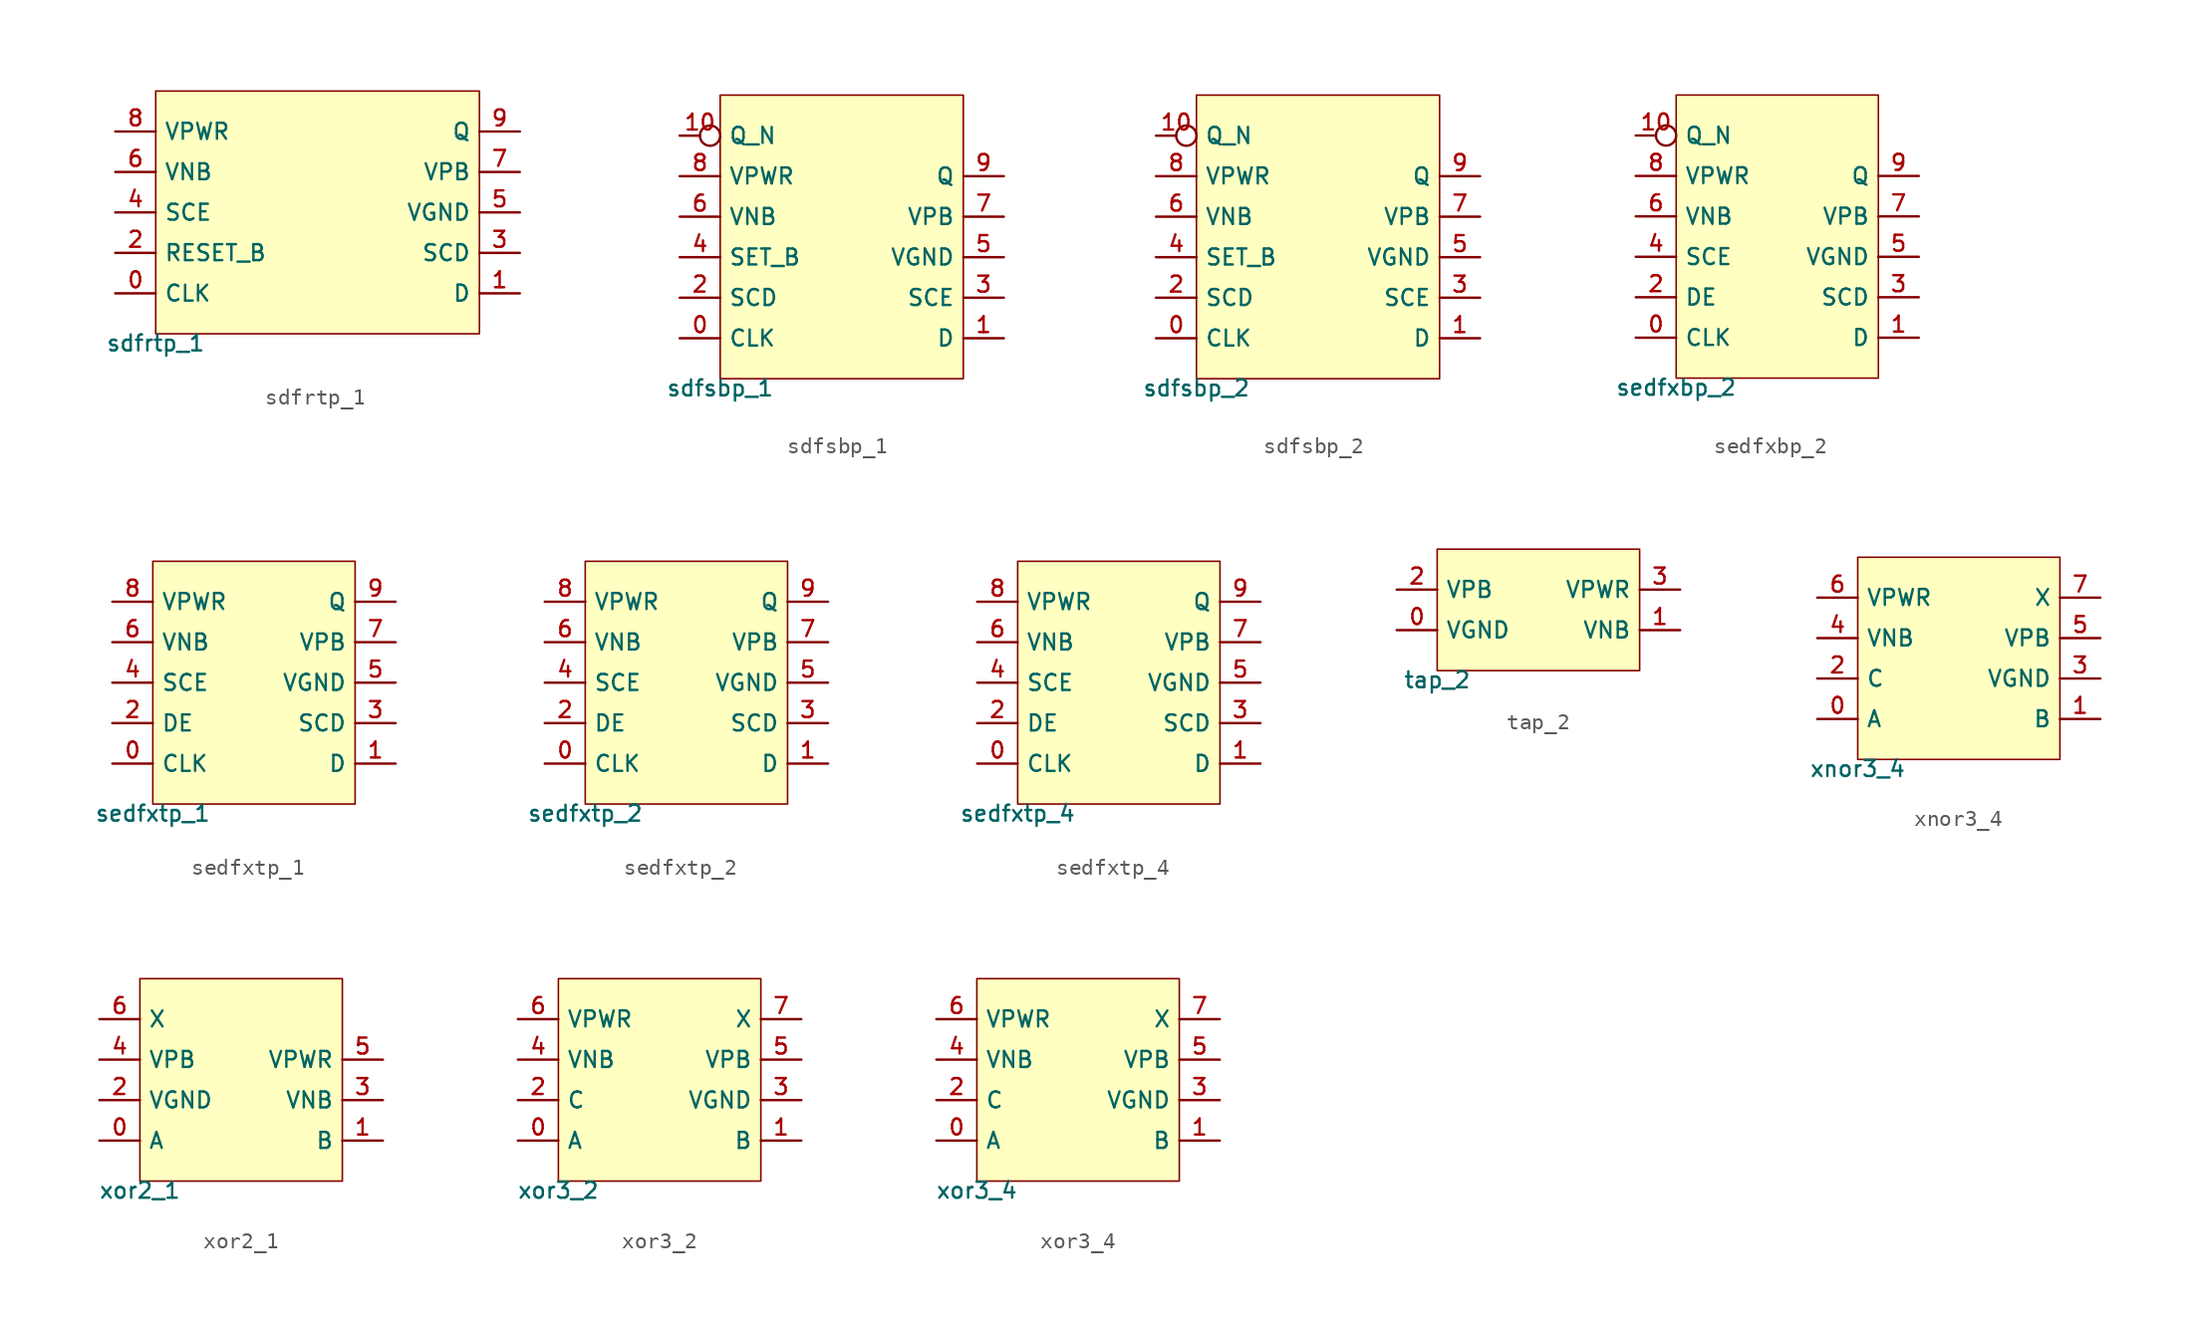
<source format=kicad_sym>
(kicad_symbol_lib
  (version 20211014)
  (generator pdk2kicad)
  (symbol "sdfrtp_1"
    (property "Reference" "X"
      (at 0 0 0)
      (effects (font (size 1 1)) hide))
    (property "Value" "sdfrtp_1"
      (at -10.16 -7.62 0)
      (effects (font (size 1 1)) (justify top)))
    (rectangle
      (start -10.16 -7.62)
      (end 10.16 7.62)
      (stroke (width 0.1) (type solid) (color 0 0 0 0))
      (fill (type background)))
    (pin bidirectional line
      (at -12.7 -5.08 0)
      (length 2.54)
      (name "CLK" (effects (font (size 1 1)) hide))
      (number "0" (effects (font (size 1 1)) hide)))
    (pin bidirectional line
      (at 12.7 -5.08 180)
      (length 2.54)
      (name "D" (effects (font (size 1 1)) hide))
      (number "1" (effects (font (size 1 1)) hide)))
    (pin bidirectional line
      (at -12.7 -2.54 0)
      (length 2.54)
      (name "RESET_B" (effects (font (size 1 1)) hide))
      (number "2" (effects (font (size 1 1)) hide)))
    (pin bidirectional line
      (at 12.7 -2.54 180)
      (length 2.54)
      (name "SCD" (effects (font (size 1 1)) hide))
      (number "3" (effects (font (size 1 1)) hide)))
    (pin bidirectional line
      (at -12.7 8.881784197001252e-16 0)
      (length 2.54)
      (name "SCE" (effects (font (size 1 1)) hide))
      (number "4" (effects (font (size 1 1)) hide)))
    (pin bidirectional line
      (at 12.7 8.881784197001252e-16 180)
      (length 2.54)
      (name "VGND" (effects (font (size 1 1)) hide))
      (number "5" (effects (font (size 1 1)) hide)))
    (pin bidirectional line
      (at -12.7 2.54 0)
      (length 2.54)
      (name "VNB" (effects (font (size 1 1)) hide))
      (number "6" (effects (font (size 1 1)) hide)))
    (pin bidirectional line
      (at 12.7 2.54 180)
      (length 2.54)
      (name "VPB" (effects (font (size 1 1)) hide))
      (number "7" (effects (font (size 1 1)) hide)))
    (pin bidirectional line
      (at -12.7 5.08 0)
      (length 2.54)
      (name "VPWR" (effects (font (size 1 1)) hide))
      (number "8" (effects (font (size 1 1)) hide)))
    (pin bidirectional line
      (at 12.7 5.08 180)
      (length 2.54)
      (name "Q" (effects (font (size 1 1)) hide))
      (number "9" (effects (font (size 1 1)) hide))))
  (symbol "sdfsbp_1"
    (property "Reference" "X"
      (at 0 0 0)
      (effects (font (size 1 1)) hide))
    (property "Value" "sdfsbp_1"
      (at -7.62 -8.89 0)
      (effects (font (size 1 1)) (justify top)))
    (rectangle
      (start -7.62 -8.89)
      (end 7.62 8.89)
      (stroke (width 0.1) (type solid) (color 0 0 0 0))
      (fill (type background)))
    (pin bidirectional line
      (at -10.16 -6.35 0)
      (length 2.54)
      (name "CLK" (effects (font (size 1 1)) hide))
      (number "0" (effects (font (size 1 1)) hide)))
    (pin bidirectional line
      (at 10.16 -6.35 180)
      (length 2.54)
      (name "D" (effects (font (size 1 1)) hide))
      (number "1" (effects (font (size 1 1)) hide)))
    (pin bidirectional line
      (at -10.16 -3.81 0)
      (length 2.54)
      (name "SCD" (effects (font (size 1 1)) hide))
      (number "2" (effects (font (size 1 1)) hide)))
    (pin bidirectional line
      (at 10.16 -3.81 180)
      (length 2.54)
      (name "SCE" (effects (font (size 1 1)) hide))
      (number "3" (effects (font (size 1 1)) hide)))
    (pin bidirectional line
      (at -10.16 -1.27 0)
      (length 2.54)
      (name "SET_B" (effects (font (size 1 1)) hide))
      (number "4" (effects (font (size 1 1)) hide)))
    (pin bidirectional line
      (at 10.16 -1.27 180)
      (length 2.54)
      (name "VGND" (effects (font (size 1 1)) hide))
      (number "5" (effects (font (size 1 1)) hide)))
    (pin bidirectional line
      (at -10.16 1.27 0)
      (length 2.54)
      (name "VNB" (effects (font (size 1 1)) hide))
      (number "6" (effects (font (size 1 1)) hide)))
    (pin bidirectional line
      (at 10.16 1.27 180)
      (length 2.54)
      (name "VPB" (effects (font (size 1 1)) hide))
      (number "7" (effects (font (size 1 1)) hide)))
    (pin bidirectional line
      (at -10.16 3.81 0)
      (length 2.54)
      (name "VPWR" (effects (font (size 1 1)) hide))
      (number "8" (effects (font (size 1 1)) hide)))
    (pin bidirectional line
      (at 10.16 3.81 180)
      (length 2.54)
      (name "Q" (effects (font (size 1 1)) hide))
      (number "9" (effects (font (size 1 1)) hide)))
    (pin bidirectional inverted
      (at -10.16 6.35 0)
      (length 2.54)
      (name "Q_N" (effects (font (size 1 1)) hide))
      (number "10" (effects (font (size 1 1)) hide))))
  (symbol "sdfsbp_2"
    (property "Reference" "X"
      (at 0 0 0)
      (effects (font (size 1 1)) hide))
    (property "Value" "sdfsbp_2"
      (at -7.62 -8.89 0)
      (effects (font (size 1 1)) (justify top)))
    (rectangle
      (start -7.62 -8.89)
      (end 7.62 8.89)
      (stroke (width 0.1) (type solid) (color 0 0 0 0))
      (fill (type background)))
    (pin bidirectional line
      (at -10.16 -6.35 0)
      (length 2.54)
      (name "CLK" (effects (font (size 1 1)) hide))
      (number "0" (effects (font (size 1 1)) hide)))
    (pin bidirectional line
      (at 10.16 -6.35 180)
      (length 2.54)
      (name "D" (effects (font (size 1 1)) hide))
      (number "1" (effects (font (size 1 1)) hide)))
    (pin bidirectional line
      (at -10.16 -3.81 0)
      (length 2.54)
      (name "SCD" (effects (font (size 1 1)) hide))
      (number "2" (effects (font (size 1 1)) hide)))
    (pin bidirectional line
      (at 10.16 -3.81 180)
      (length 2.54)
      (name "SCE" (effects (font (size 1 1)) hide))
      (number "3" (effects (font (size 1 1)) hide)))
    (pin bidirectional line
      (at -10.16 -1.27 0)
      (length 2.54)
      (name "SET_B" (effects (font (size 1 1)) hide))
      (number "4" (effects (font (size 1 1)) hide)))
    (pin bidirectional line
      (at 10.16 -1.27 180)
      (length 2.54)
      (name "VGND" (effects (font (size 1 1)) hide))
      (number "5" (effects (font (size 1 1)) hide)))
    (pin bidirectional line
      (at -10.16 1.27 0)
      (length 2.54)
      (name "VNB" (effects (font (size 1 1)) hide))
      (number "6" (effects (font (size 1 1)) hide)))
    (pin bidirectional line
      (at 10.16 1.27 180)
      (length 2.54)
      (name "VPB" (effects (font (size 1 1)) hide))
      (number "7" (effects (font (size 1 1)) hide)))
    (pin bidirectional line
      (at -10.16 3.81 0)
      (length 2.54)
      (name "VPWR" (effects (font (size 1 1)) hide))
      (number "8" (effects (font (size 1 1)) hide)))
    (pin bidirectional line
      (at 10.16 3.81 180)
      (length 2.54)
      (name "Q" (effects (font (size 1 1)) hide))
      (number "9" (effects (font (size 1 1)) hide)))
    (pin bidirectional inverted
      (at -10.16 6.35 0)
      (length 2.54)
      (name "Q_N" (effects (font (size 1 1)) hide))
      (number "10" (effects (font (size 1 1)) hide))))
  (symbol "sedfxbp_2"
    (property "Reference" "X"
      (at 0 0 0)
      (effects (font (size 1 1)) hide))
    (property "Value" "sedfxbp_2"
      (at -6.35 -8.89 0)
      (effects (font (size 1 1)) (justify top)))
    (rectangle
      (start -6.35 -8.89)
      (end 6.35 8.89)
      (stroke (width 0.1) (type solid) (color 0 0 0 0))
      (fill (type background)))
    (pin bidirectional line
      (at -8.89 -6.35 0)
      (length 2.54)
      (name "CLK" (effects (font (size 1 1)) hide))
      (number "0" (effects (font (size 1 1)) hide)))
    (pin bidirectional line
      (at 8.89 -6.35 180)
      (length 2.54)
      (name "D" (effects (font (size 1 1)) hide))
      (number "1" (effects (font (size 1 1)) hide)))
    (pin bidirectional line
      (at -8.89 -3.81 0)
      (length 2.54)
      (name "DE" (effects (font (size 1 1)) hide))
      (number "2" (effects (font (size 1 1)) hide)))
    (pin bidirectional line
      (at 8.89 -3.81 180)
      (length 2.54)
      (name "SCD" (effects (font (size 1 1)) hide))
      (number "3" (effects (font (size 1 1)) hide)))
    (pin bidirectional line
      (at -8.89 -1.27 0)
      (length 2.54)
      (name "SCE" (effects (font (size 1 1)) hide))
      (number "4" (effects (font (size 1 1)) hide)))
    (pin bidirectional line
      (at 8.89 -1.27 180)
      (length 2.54)
      (name "VGND" (effects (font (size 1 1)) hide))
      (number "5" (effects (font (size 1 1)) hide)))
    (pin bidirectional line
      (at -8.89 1.27 0)
      (length 2.54)
      (name "VNB" (effects (font (size 1 1)) hide))
      (number "6" (effects (font (size 1 1)) hide)))
    (pin bidirectional line
      (at 8.89 1.27 180)
      (length 2.54)
      (name "VPB" (effects (font (size 1 1)) hide))
      (number "7" (effects (font (size 1 1)) hide)))
    (pin bidirectional line
      (at -8.89 3.81 0)
      (length 2.54)
      (name "VPWR" (effects (font (size 1 1)) hide))
      (number "8" (effects (font (size 1 1)) hide)))
    (pin bidirectional line
      (at 8.89 3.81 180)
      (length 2.54)
      (name "Q" (effects (font (size 1 1)) hide))
      (number "9" (effects (font (size 1 1)) hide)))
    (pin bidirectional inverted
      (at -8.89 6.35 0)
      (length 2.54)
      (name "Q_N" (effects (font (size 1 1)) hide))
      (number "10" (effects (font (size 1 1)) hide))))
  (symbol "sedfxtp_1"
    (property "Reference" "X"
      (at 0 0 0)
      (effects (font (size 1 1)) hide))
    (property "Value" "sedfxtp_1"
      (at -6.35 -7.62 0)
      (effects (font (size 1 1)) (justify top)))
    (rectangle
      (start -6.35 -7.62)
      (end 6.35 7.62)
      (stroke (width 0.1) (type solid) (color 0 0 0 0))
      (fill (type background)))
    (pin bidirectional line
      (at -8.89 -5.08 0)
      (length 2.54)
      (name "CLK" (effects (font (size 1 1)) hide))
      (number "0" (effects (font (size 1 1)) hide)))
    (pin bidirectional line
      (at 8.89 -5.08 180)
      (length 2.54)
      (name "D" (effects (font (size 1 1)) hide))
      (number "1" (effects (font (size 1 1)) hide)))
    (pin bidirectional line
      (at -8.89 -2.54 0)
      (length 2.54)
      (name "DE" (effects (font (size 1 1)) hide))
      (number "2" (effects (font (size 1 1)) hide)))
    (pin bidirectional line
      (at 8.89 -2.54 180)
      (length 2.54)
      (name "SCD" (effects (font (size 1 1)) hide))
      (number "3" (effects (font (size 1 1)) hide)))
    (pin bidirectional line
      (at -8.89 8.881784197001252e-16 0)
      (length 2.54)
      (name "SCE" (effects (font (size 1 1)) hide))
      (number "4" (effects (font (size 1 1)) hide)))
    (pin bidirectional line
      (at 8.89 8.881784197001252e-16 180)
      (length 2.54)
      (name "VGND" (effects (font (size 1 1)) hide))
      (number "5" (effects (font (size 1 1)) hide)))
    (pin bidirectional line
      (at -8.89 2.54 0)
      (length 2.54)
      (name "VNB" (effects (font (size 1 1)) hide))
      (number "6" (effects (font (size 1 1)) hide)))
    (pin bidirectional line
      (at 8.89 2.54 180)
      (length 2.54)
      (name "VPB" (effects (font (size 1 1)) hide))
      (number "7" (effects (font (size 1 1)) hide)))
    (pin bidirectional line
      (at -8.89 5.08 0)
      (length 2.54)
      (name "VPWR" (effects (font (size 1 1)) hide))
      (number "8" (effects (font (size 1 1)) hide)))
    (pin bidirectional line
      (at 8.89 5.08 180)
      (length 2.54)
      (name "Q" (effects (font (size 1 1)) hide))
      (number "9" (effects (font (size 1 1)) hide))))
  (symbol "sedfxtp_2"
    (property "Reference" "X"
      (at 0 0 0)
      (effects (font (size 1 1)) hide))
    (property "Value" "sedfxtp_2"
      (at -6.35 -7.62 0)
      (effects (font (size 1 1)) (justify top)))
    (rectangle
      (start -6.35 -7.62)
      (end 6.35 7.62)
      (stroke (width 0.1) (type solid) (color 0 0 0 0))
      (fill (type background)))
    (pin bidirectional line
      (at -8.89 -5.08 0)
      (length 2.54)
      (name "CLK" (effects (font (size 1 1)) hide))
      (number "0" (effects (font (size 1 1)) hide)))
    (pin bidirectional line
      (at 8.89 -5.08 180)
      (length 2.54)
      (name "D" (effects (font (size 1 1)) hide))
      (number "1" (effects (font (size 1 1)) hide)))
    (pin bidirectional line
      (at -8.89 -2.54 0)
      (length 2.54)
      (name "DE" (effects (font (size 1 1)) hide))
      (number "2" (effects (font (size 1 1)) hide)))
    (pin bidirectional line
      (at 8.89 -2.54 180)
      (length 2.54)
      (name "SCD" (effects (font (size 1 1)) hide))
      (number "3" (effects (font (size 1 1)) hide)))
    (pin bidirectional line
      (at -8.89 8.881784197001252e-16 0)
      (length 2.54)
      (name "SCE" (effects (font (size 1 1)) hide))
      (number "4" (effects (font (size 1 1)) hide)))
    (pin bidirectional line
      (at 8.89 8.881784197001252e-16 180)
      (length 2.54)
      (name "VGND" (effects (font (size 1 1)) hide))
      (number "5" (effects (font (size 1 1)) hide)))
    (pin bidirectional line
      (at -8.89 2.54 0)
      (length 2.54)
      (name "VNB" (effects (font (size 1 1)) hide))
      (number "6" (effects (font (size 1 1)) hide)))
    (pin bidirectional line
      (at 8.89 2.54 180)
      (length 2.54)
      (name "VPB" (effects (font (size 1 1)) hide))
      (number "7" (effects (font (size 1 1)) hide)))
    (pin bidirectional line
      (at -8.89 5.08 0)
      (length 2.54)
      (name "VPWR" (effects (font (size 1 1)) hide))
      (number "8" (effects (font (size 1 1)) hide)))
    (pin bidirectional line
      (at 8.89 5.08 180)
      (length 2.54)
      (name "Q" (effects (font (size 1 1)) hide))
      (number "9" (effects (font (size 1 1)) hide))))
  (symbol "sedfxtp_4"
    (property "Reference" "X"
      (at 0 0 0)
      (effects (font (size 1 1)) hide))
    (property "Value" "sedfxtp_4"
      (at -6.35 -7.62 0)
      (effects (font (size 1 1)) (justify top)))
    (rectangle
      (start -6.35 -7.62)
      (end 6.35 7.62)
      (stroke (width 0.1) (type solid) (color 0 0 0 0))
      (fill (type background)))
    (pin bidirectional line
      (at -8.89 -5.08 0)
      (length 2.54)
      (name "CLK" (effects (font (size 1 1)) hide))
      (number "0" (effects (font (size 1 1)) hide)))
    (pin bidirectional line
      (at 8.89 -5.08 180)
      (length 2.54)
      (name "D" (effects (font (size 1 1)) hide))
      (number "1" (effects (font (size 1 1)) hide)))
    (pin bidirectional line
      (at -8.89 -2.54 0)
      (length 2.54)
      (name "DE" (effects (font (size 1 1)) hide))
      (number "2" (effects (font (size 1 1)) hide)))
    (pin bidirectional line
      (at 8.89 -2.54 180)
      (length 2.54)
      (name "SCD" (effects (font (size 1 1)) hide))
      (number "3" (effects (font (size 1 1)) hide)))
    (pin bidirectional line
      (at -8.89 8.881784197001252e-16 0)
      (length 2.54)
      (name "SCE" (effects (font (size 1 1)) hide))
      (number "4" (effects (font (size 1 1)) hide)))
    (pin bidirectional line
      (at 8.89 8.881784197001252e-16 180)
      (length 2.54)
      (name "VGND" (effects (font (size 1 1)) hide))
      (number "5" (effects (font (size 1 1)) hide)))
    (pin bidirectional line
      (at -8.89 2.54 0)
      (length 2.54)
      (name "VNB" (effects (font (size 1 1)) hide))
      (number "6" (effects (font (size 1 1)) hide)))
    (pin bidirectional line
      (at 8.89 2.54 180)
      (length 2.54)
      (name "VPB" (effects (font (size 1 1)) hide))
      (number "7" (effects (font (size 1 1)) hide)))
    (pin bidirectional line
      (at -8.89 5.08 0)
      (length 2.54)
      (name "VPWR" (effects (font (size 1 1)) hide))
      (number "8" (effects (font (size 1 1)) hide)))
    (pin bidirectional line
      (at 8.89 5.08 180)
      (length 2.54)
      (name "Q" (effects (font (size 1 1)) hide))
      (number "9" (effects (font (size 1 1)) hide))))
  (symbol "tap_2"
    (property "Reference" "X"
      (at 0 0 0)
      (effects (font (size 1 1)) hide))
    (property "Value" "tap_2"
      (at -6.35 -3.81 0)
      (effects (font (size 1 1)) (justify top)))
    (rectangle
      (start -6.35 -3.81)
      (end 6.35 3.81)
      (stroke (width 0.1) (type solid) (color 0 0 0 0))
      (fill (type background)))
    (pin bidirectional line
      (at -8.89 -1.27 0)
      (length 2.54)
      (name "VGND" (effects (font (size 1 1)) hide))
      (number "0" (effects (font (size 1 1)) hide)))
    (pin bidirectional line
      (at 8.89 -1.27 180)
      (length 2.54)
      (name "VNB" (effects (font (size 1 1)) hide))
      (number "1" (effects (font (size 1 1)) hide)))
    (pin bidirectional line
      (at -8.89 1.27 0)
      (length 2.54)
      (name "VPB" (effects (font (size 1 1)) hide))
      (number "2" (effects (font (size 1 1)) hide)))
    (pin bidirectional line
      (at 8.89 1.27 180)
      (length 2.54)
      (name "VPWR" (effects (font (size 1 1)) hide))
      (number "3" (effects (font (size 1 1)) hide))))
  (symbol "xnor3_4"
    (property "Reference" "X"
      (at 0 0 0)
      (effects (font (size 1 1)) hide))
    (property "Value" "xnor3_4"
      (at -6.35 -6.35 0)
      (effects (font (size 1 1)) (justify top)))
    (rectangle
      (start -6.35 -6.35)
      (end 6.35 6.35)
      (stroke (width 0.1) (type solid) (color 0 0 0 0))
      (fill (type background)))
    (pin bidirectional line
      (at -8.89 -3.81 0)
      (length 2.54)
      (name "A" (effects (font (size 1 1)) hide))
      (number "0" (effects (font (size 1 1)) hide)))
    (pin bidirectional line
      (at 8.89 -3.81 180)
      (length 2.54)
      (name "B" (effects (font (size 1 1)) hide))
      (number "1" (effects (font (size 1 1)) hide)))
    (pin bidirectional line
      (at -8.89 -1.27 0)
      (length 2.54)
      (name "C" (effects (font (size 1 1)) hide))
      (number "2" (effects (font (size 1 1)) hide)))
    (pin bidirectional line
      (at 8.89 -1.27 180)
      (length 2.54)
      (name "VGND" (effects (font (size 1 1)) hide))
      (number "3" (effects (font (size 1 1)) hide)))
    (pin bidirectional line
      (at -8.89 1.27 0)
      (length 2.54)
      (name "VNB" (effects (font (size 1 1)) hide))
      (number "4" (effects (font (size 1 1)) hide)))
    (pin bidirectional line
      (at 8.89 1.27 180)
      (length 2.54)
      (name "VPB" (effects (font (size 1 1)) hide))
      (number "5" (effects (font (size 1 1)) hide)))
    (pin bidirectional line
      (at -8.89 3.81 0)
      (length 2.54)
      (name "VPWR" (effects (font (size 1 1)) hide))
      (number "6" (effects (font (size 1 1)) hide)))
    (pin bidirectional line
      (at 8.89 3.81 180)
      (length 2.54)
      (name "X" (effects (font (size 1 1)) hide))
      (number "7" (effects (font (size 1 1)) hide))))
  (symbol "xor2_1"
    (property "Reference" "X"
      (at 0 0 0)
      (effects (font (size 1 1)) hide))
    (property "Value" "xor2_1"
      (at -6.35 -6.35 0)
      (effects (font (size 1 1)) (justify top)))
    (rectangle
      (start -6.35 -6.35)
      (end 6.35 6.35)
      (stroke (width 0.1) (type solid) (color 0 0 0 0))
      (fill (type background)))
    (pin bidirectional line
      (at -8.89 -3.81 0)
      (length 2.54)
      (name "A" (effects (font (size 1 1)) hide))
      (number "0" (effects (font (size 1 1)) hide)))
    (pin bidirectional line
      (at 8.89 -3.81 180)
      (length 2.54)
      (name "B" (effects (font (size 1 1)) hide))
      (number "1" (effects (font (size 1 1)) hide)))
    (pin bidirectional line
      (at -8.89 -1.27 0)
      (length 2.54)
      (name "VGND" (effects (font (size 1 1)) hide))
      (number "2" (effects (font (size 1 1)) hide)))
    (pin bidirectional line
      (at 8.89 -1.27 180)
      (length 2.54)
      (name "VNB" (effects (font (size 1 1)) hide))
      (number "3" (effects (font (size 1 1)) hide)))
    (pin bidirectional line
      (at -8.89 1.27 0)
      (length 2.54)
      (name "VPB" (effects (font (size 1 1)) hide))
      (number "4" (effects (font (size 1 1)) hide)))
    (pin bidirectional line
      (at 8.89 1.27 180)
      (length 2.54)
      (name "VPWR" (effects (font (size 1 1)) hide))
      (number "5" (effects (font (size 1 1)) hide)))
    (pin bidirectional line
      (at -8.89 3.81 0)
      (length 2.54)
      (name "X" (effects (font (size 1 1)) hide))
      (number "6" (effects (font (size 1 1)) hide))))
  (symbol "xor3_2"
    (property "Reference" "X"
      (at 0 0 0)
      (effects (font (size 1 1)) hide))
    (property "Value" "xor3_2"
      (at -6.35 -6.35 0)
      (effects (font (size 1 1)) (justify top)))
    (rectangle
      (start -6.35 -6.35)
      (end 6.35 6.35)
      (stroke (width 0.1) (type solid) (color 0 0 0 0))
      (fill (type background)))
    (pin bidirectional line
      (at -8.89 -3.81 0)
      (length 2.54)
      (name "A" (effects (font (size 1 1)) hide))
      (number "0" (effects (font (size 1 1)) hide)))
    (pin bidirectional line
      (at 8.89 -3.81 180)
      (length 2.54)
      (name "B" (effects (font (size 1 1)) hide))
      (number "1" (effects (font (size 1 1)) hide)))
    (pin bidirectional line
      (at -8.89 -1.27 0)
      (length 2.54)
      (name "C" (effects (font (size 1 1)) hide))
      (number "2" (effects (font (size 1 1)) hide)))
    (pin bidirectional line
      (at 8.89 -1.27 180)
      (length 2.54)
      (name "VGND" (effects (font (size 1 1)) hide))
      (number "3" (effects (font (size 1 1)) hide)))
    (pin bidirectional line
      (at -8.89 1.27 0)
      (length 2.54)
      (name "VNB" (effects (font (size 1 1)) hide))
      (number "4" (effects (font (size 1 1)) hide)))
    (pin bidirectional line
      (at 8.89 1.27 180)
      (length 2.54)
      (name "VPB" (effects (font (size 1 1)) hide))
      (number "5" (effects (font (size 1 1)) hide)))
    (pin bidirectional line
      (at -8.89 3.81 0)
      (length 2.54)
      (name "VPWR" (effects (font (size 1 1)) hide))
      (number "6" (effects (font (size 1 1)) hide)))
    (pin bidirectional line
      (at 8.89 3.81 180)
      (length 2.54)
      (name "X" (effects (font (size 1 1)) hide))
      (number "7" (effects (font (size 1 1)) hide))))
  (symbol "xor3_4"
    (property "Reference" "X"
      (at 0 0 0)
      (effects (font (size 1 1)) hide))
    (property "Value" "xor3_4"
      (at -6.35 -6.35 0)
      (effects (font (size 1 1)) (justify top)))
    (rectangle
      (start -6.35 -6.35)
      (end 6.35 6.35)
      (stroke (width 0.1) (type solid) (color 0 0 0 0))
      (fill (type background)))
    (pin bidirectional line
      (at -8.89 -3.81 0)
      (length 2.54)
      (name "A" (effects (font (size 1 1)) hide))
      (number "0" (effects (font (size 1 1)) hide)))
    (pin bidirectional line
      (at 8.89 -3.81 180)
      (length 2.54)
      (name "B" (effects (font (size 1 1)) hide))
      (number "1" (effects (font (size 1 1)) hide)))
    (pin bidirectional line
      (at -8.89 -1.27 0)
      (length 2.54)
      (name "C" (effects (font (size 1 1)) hide))
      (number "2" (effects (font (size 1 1)) hide)))
    (pin bidirectional line
      (at 8.89 -1.27 180)
      (length 2.54)
      (name "VGND" (effects (font (size 1 1)) hide))
      (number "3" (effects (font (size 1 1)) hide)))
    (pin bidirectional line
      (at -8.89 1.27 0)
      (length 2.54)
      (name "VNB" (effects (font (size 1 1)) hide))
      (number "4" (effects (font (size 1 1)) hide)))
    (pin bidirectional line
      (at 8.89 1.27 180)
      (length 2.54)
      (name "VPB" (effects (font (size 1 1)) hide))
      (number "5" (effects (font (size 1 1)) hide)))
    (pin bidirectional line
      (at -8.89 3.81 0)
      (length 2.54)
      (name "VPWR" (effects (font (size 1 1)) hide))
      (number "6" (effects (font (size 1 1)) hide)))
    (pin bidirectional line
      (at 8.89 3.81 180)
      (length 2.54)
      (name "X" (effects (font (size 1 1)) hide))
      (number "7" (effects (font (size 1 1)) hide)))))
</source>
